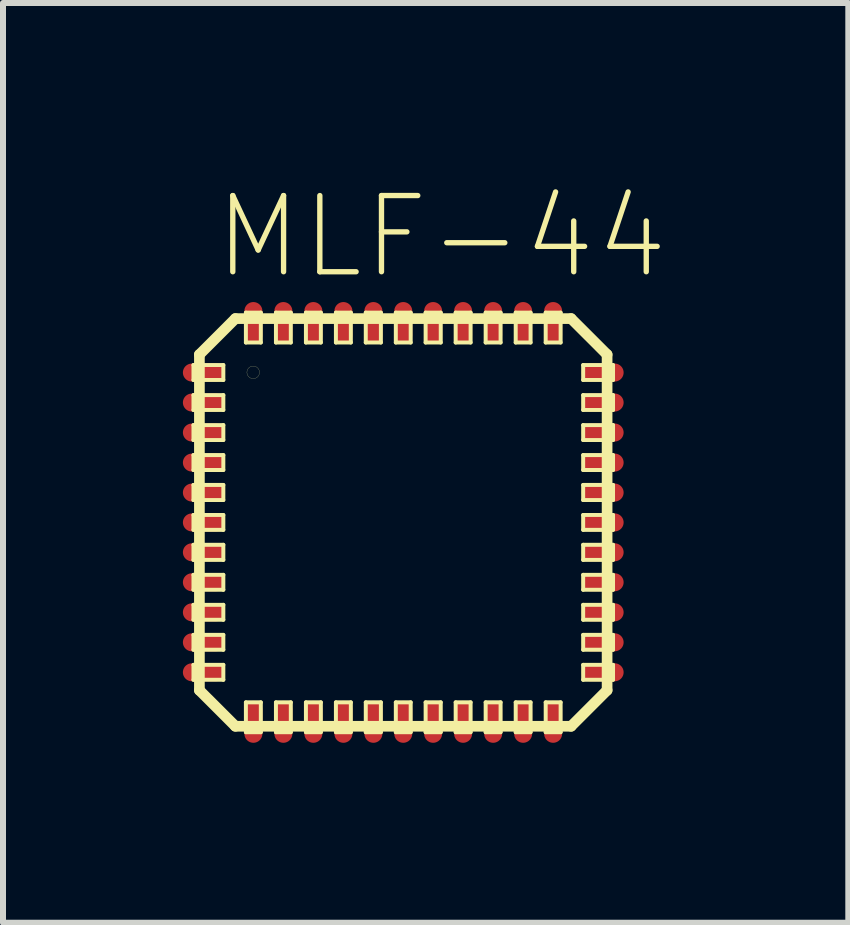
<source format=kicad_pcb>
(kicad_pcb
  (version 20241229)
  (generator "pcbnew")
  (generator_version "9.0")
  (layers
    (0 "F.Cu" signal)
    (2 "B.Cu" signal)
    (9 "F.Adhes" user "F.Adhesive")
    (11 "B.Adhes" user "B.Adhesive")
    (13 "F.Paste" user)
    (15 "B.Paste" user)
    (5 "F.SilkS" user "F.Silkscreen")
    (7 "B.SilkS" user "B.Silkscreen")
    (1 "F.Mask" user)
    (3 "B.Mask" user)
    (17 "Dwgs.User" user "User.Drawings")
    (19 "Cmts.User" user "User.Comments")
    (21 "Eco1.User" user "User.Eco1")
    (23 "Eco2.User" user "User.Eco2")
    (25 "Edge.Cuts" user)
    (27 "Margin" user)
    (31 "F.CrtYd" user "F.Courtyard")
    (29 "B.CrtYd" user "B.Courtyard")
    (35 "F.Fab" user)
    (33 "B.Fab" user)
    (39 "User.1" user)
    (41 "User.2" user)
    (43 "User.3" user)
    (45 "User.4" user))
  (footprint "MLF-44"
    (layer "F.Cu")
    (at 3.674 5.661)
    (property "Reference" "MLF-44" (at 0.635 -4.763 0) (layer "F.SilkS") (effects (font (size 1.27 1.27) (thickness 0.089))))
    (attr smd)
    (fp_line (start -3.498 -2.624) (end -3 -2.624) (stroke (width 0.066) (type solid)) (layer "F.SilkS"))
    (fp_line (start -3.498 -2.375) (end -3.498 -2.624) (stroke (width 0.066) (type solid)) (layer "F.SilkS"))
    (fp_line (start -3.498 -2.375) (end -3 -2.375) (stroke (width 0.066) (type solid)) (layer "F.SilkS"))
    (fp_line (start -3.498 -2.123) (end -3 -2.123) (stroke (width 0.066) (type solid)) (layer "F.SilkS"))
    (fp_line (start -3.498 -1.875) (end -3.498 -2.123) (stroke (width 0.066) (type solid)) (layer "F.SilkS"))
    (fp_line (start -3.498 -1.875) (end -3 -1.875) (stroke (width 0.066) (type solid)) (layer "F.SilkS"))
    (fp_line (start -3.498 -1.623) (end -3 -1.623) (stroke (width 0.066) (type solid)) (layer "F.SilkS"))
    (fp_line (start -3.498 -1.374) (end -3.498 -1.623) (stroke (width 0.066) (type solid)) (layer "F.SilkS"))
    (fp_line (start -3.498 -1.374) (end -3 -1.374) (stroke (width 0.066) (type solid)) (layer "F.SilkS"))
    (fp_line (start -3.498 -1.123) (end -3 -1.123) (stroke (width 0.066) (type solid)) (layer "F.SilkS"))
    (fp_line (start -3.498 -0.874) (end -3.498 -1.123) (stroke (width 0.066) (type solid)) (layer "F.SilkS"))
    (fp_line (start -3.498 -0.874) (end -3 -0.874) (stroke (width 0.066) (type solid)) (layer "F.SilkS"))
    (fp_line (start -3.498 -0.625) (end -3 -0.625) (stroke (width 0.066) (type solid)) (layer "F.SilkS"))
    (fp_line (start -3.498 -0.373) (end -3.498 -0.625) (stroke (width 0.066) (type solid)) (layer "F.SilkS"))
    (fp_line (start -3.498 -0.373) (end -3 -0.373) (stroke (width 0.066) (type solid)) (layer "F.SilkS"))
    (fp_line (start -3.498 -0.124) (end -3 -0.124) (stroke (width 0.066) (type solid)) (layer "F.SilkS"))
    (fp_line (start -3.498 0.124) (end -3.498 -0.124) (stroke (width 0.066) (type solid)) (layer "F.SilkS"))
    (fp_line (start -3.498 0.124) (end -3 0.124) (stroke (width 0.066) (type solid)) (layer "F.SilkS"))
    (fp_line (start -3.498 0.373) (end -3 0.373) (stroke (width 0.066) (type solid)) (layer "F.SilkS"))
    (fp_line (start -3.498 0.625) (end -3.498 0.373) (stroke (width 0.066) (type solid)) (layer "F.SilkS"))
    (fp_line (start -3.498 0.625) (end -3 0.625) (stroke (width 0.066) (type solid)) (layer "F.SilkS"))
    (fp_line (start -3.498 0.874) (end -3 0.874) (stroke (width 0.066) (type solid)) (layer "F.SilkS"))
    (fp_line (start -3.498 1.123) (end -3.498 0.874) (stroke (width 0.066) (type solid)) (layer "F.SilkS"))
    (fp_line (start -3.498 1.123) (end -3 1.123) (stroke (width 0.066) (type solid)) (layer "F.SilkS"))
    (fp_line (start -3.498 1.374) (end -3 1.374) (stroke (width 0.066) (type solid)) (layer "F.SilkS"))
    (fp_line (start -3.498 1.623) (end -3.498 1.374) (stroke (width 0.066) (type solid)) (layer "F.SilkS"))
    (fp_line (start -3.498 1.623) (end -3 1.623) (stroke (width 0.066) (type solid)) (layer "F.SilkS"))
    (fp_line (start -3.498 1.875) (end -3 1.875) (stroke (width 0.066) (type solid)) (layer "F.SilkS"))
    (fp_line (start -3.498 2.123) (end -3.498 1.875) (stroke (width 0.066) (type solid)) (layer "F.SilkS"))
    (fp_line (start -3.498 2.123) (end -3 2.123) (stroke (width 0.066) (type solid)) (layer "F.SilkS"))
    (fp_line (start -3.498 2.375) (end -3 2.375) (stroke (width 0.066) (type solid)) (layer "F.SilkS"))
    (fp_line (start -3.498 2.624) (end -3.498 2.375) (stroke (width 0.066) (type solid)) (layer "F.SilkS"))
    (fp_line (start -3.498 2.624) (end -3 2.624) (stroke (width 0.066) (type solid)) (layer "F.SilkS"))
    (fp_line (start -3.399 -2.799) (end -2.799 -3.399) (stroke (width 0.178) (type solid)) (layer "F.SilkS"))
    (fp_line (start -3.399 2.799) (end -3.399 -2.799) (stroke (width 0.178) (type solid)) (layer "F.SilkS"))
    (fp_line (start -3 -2.375) (end -3 -2.624) (stroke (width 0.066) (type solid)) (layer "F.SilkS"))
    (fp_line (start -3 -1.875) (end -3 -2.123) (stroke (width 0.066) (type solid)) (layer "F.SilkS"))
    (fp_line (start -3 -1.374) (end -3 -1.623) (stroke (width 0.066) (type solid)) (layer "F.SilkS"))
    (fp_line (start -3 -0.874) (end -3 -1.123) (stroke (width 0.066) (type solid)) (layer "F.SilkS"))
    (fp_line (start -3 -0.373) (end -3 -0.625) (stroke (width 0.066) (type solid)) (layer "F.SilkS"))
    (fp_line (start -3 0.124) (end -3 -0.124) (stroke (width 0.066) (type solid)) (layer "F.SilkS"))
    (fp_line (start -3 0.625) (end -3 0.373) (stroke (width 0.066) (type solid)) (layer "F.SilkS"))
    (fp_line (start -3 1.123) (end -3 0.874) (stroke (width 0.066) (type solid)) (layer "F.SilkS"))
    (fp_line (start -3 1.623) (end -3 1.374) (stroke (width 0.066) (type solid)) (layer "F.SilkS"))
    (fp_line (start -3 2.123) (end -3 1.875) (stroke (width 0.066) (type solid)) (layer "F.SilkS"))
    (fp_line (start -3 2.624) (end -3 2.375) (stroke (width 0.066) (type solid)) (layer "F.SilkS"))
    (fp_line (start -2.799 -3.399) (end 2.799 -3.399) (stroke (width 0.178) (type solid)) (layer "F.SilkS"))
    (fp_line (start -2.799 3.399) (end -3.399 2.799) (stroke (width 0.178) (type solid)) (layer "F.SilkS"))
    (fp_line (start -2.624 -3.498) (end -2.375 -3.498) (stroke (width 0.066) (type solid)) (layer "F.SilkS"))
    (fp_line (start -2.624 -3) (end -2.624 -3.498) (stroke (width 0.066) (type solid)) (layer "F.SilkS"))
    (fp_line (start -2.624 -3) (end -2.375 -3) (stroke (width 0.066) (type solid)) (layer "F.SilkS"))
    (fp_line (start -2.624 3) (end -2.375 3) (stroke (width 0.066) (type solid)) (layer "F.SilkS"))
    (fp_line (start -2.624 3.498) (end -2.624 3) (stroke (width 0.066) (type solid)) (layer "F.SilkS"))
    (fp_line (start -2.624 3.498) (end -2.375 3.498) (stroke (width 0.066) (type solid)) (layer "F.SilkS"))
    (fp_line (start -2.375 -3) (end -2.375 -3.498) (stroke (width 0.066) (type solid)) (layer "F.SilkS"))
    (fp_line (start -2.375 3.498) (end -2.375 3) (stroke (width 0.066) (type solid)) (layer "F.SilkS"))
    (fp_line (start -2.123 -3.498) (end -1.875 -3.498) (stroke (width 0.066) (type solid)) (layer "F.SilkS"))
    (fp_line (start -2.123 -3) (end -2.123 -3.498) (stroke (width 0.066) (type solid)) (layer "F.SilkS"))
    (fp_line (start -2.123 -3) (end -1.875 -3) (stroke (width 0.066) (type solid)) (layer "F.SilkS"))
    (fp_line (start -2.123 3) (end -1.875 3) (stroke (width 0.066) (type solid)) (layer "F.SilkS"))
    (fp_line (start -2.123 3.498) (end -2.123 3) (stroke (width 0.066) (type solid)) (layer "F.SilkS"))
    (fp_line (start -2.123 3.498) (end -1.875 3.498) (stroke (width 0.066) (type solid)) (layer "F.SilkS"))
    (fp_line (start -1.875 -3) (end -1.875 -3.498) (stroke (width 0.066) (type solid)) (layer "F.SilkS"))
    (fp_line (start -1.875 3.498) (end -1.875 3) (stroke (width 0.066) (type solid)) (layer "F.SilkS"))
    (fp_line (start -1.623 -3.498) (end -1.374 -3.498) (stroke (width 0.066) (type solid)) (layer "F.SilkS"))
    (fp_line (start -1.623 -3) (end -1.623 -3.498) (stroke (width 0.066) (type solid)) (layer "F.SilkS"))
    (fp_line (start -1.623 -3) (end -1.374 -3) (stroke (width 0.066) (type solid)) (layer "F.SilkS"))
    (fp_line (start -1.623 3) (end -1.374 3) (stroke (width 0.066) (type solid)) (layer "F.SilkS"))
    (fp_line (start -1.623 3.498) (end -1.623 3) (stroke (width 0.066) (type solid)) (layer "F.SilkS"))
    (fp_line (start -1.623 3.498) (end -1.374 3.498) (stroke (width 0.066) (type solid)) (layer "F.SilkS"))
    (fp_line (start -1.374 -3) (end -1.374 -3.498) (stroke (width 0.066) (type solid)) (layer "F.SilkS"))
    (fp_line (start -1.374 3.498) (end -1.374 3) (stroke (width 0.066) (type solid)) (layer "F.SilkS"))
    (fp_line (start -1.123 -3.498) (end -0.874 -3.498) (stroke (width 0.066) (type solid)) (layer "F.SilkS"))
    (fp_line (start -1.123 -3) (end -1.123 -3.498) (stroke (width 0.066) (type solid)) (layer "F.SilkS"))
    (fp_line (start -1.123 -3) (end -0.874 -3) (stroke (width 0.066) (type solid)) (layer "F.SilkS"))
    (fp_line (start -1.123 3) (end -0.874 3) (stroke (width 0.066) (type solid)) (layer "F.SilkS"))
    (fp_line (start -1.123 3.498) (end -1.123 3) (stroke (width 0.066) (type solid)) (layer "F.SilkS"))
    (fp_line (start -1.123 3.498) (end -0.874 3.498) (stroke (width 0.066) (type solid)) (layer "F.SilkS"))
    (fp_line (start -0.874 -3) (end -0.874 -3.498) (stroke (width 0.066) (type solid)) (layer "F.SilkS"))
    (fp_line (start -0.874 3.498) (end -0.874 3) (stroke (width 0.066) (type solid)) (layer "F.SilkS"))
    (fp_line (start -0.625 -3.498) (end -0.373 -3.498) (stroke (width 0.066) (type solid)) (layer "F.SilkS"))
    (fp_line (start -0.625 -3) (end -0.625 -3.498) (stroke (width 0.066) (type solid)) (layer "F.SilkS"))
    (fp_line (start -0.625 -3) (end -0.373 -3) (stroke (width 0.066) (type solid)) (layer "F.SilkS"))
    (fp_line (start -0.625 3) (end -0.373 3) (stroke (width 0.066) (type solid)) (layer "F.SilkS"))
    (fp_line (start -0.625 3.498) (end -0.625 3) (stroke (width 0.066) (type solid)) (layer "F.SilkS"))
    (fp_line (start -0.625 3.498) (end -0.373 3.498) (stroke (width 0.066) (type solid)) (layer "F.SilkS"))
    (fp_line (start -0.373 -3) (end -0.373 -3.498) (stroke (width 0.066) (type solid)) (layer "F.SilkS"))
    (fp_line (start -0.373 3.498) (end -0.373 3) (stroke (width 0.066) (type solid)) (layer "F.SilkS"))
    (fp_line (start -0.124 -3.498) (end 0.124 -3.498) (stroke (width 0.066) (type solid)) (layer "F.SilkS"))
    (fp_line (start -0.124 -3) (end -0.124 -3.498) (stroke (width 0.066) (type solid)) (layer "F.SilkS"))
    (fp_line (start -0.124 -3) (end 0.124 -3) (stroke (width 0.066) (type solid)) (layer "F.SilkS"))
    (fp_line (start -0.124 3) (end 0.124 3) (stroke (width 0.066) (type solid)) (layer "F.SilkS"))
    (fp_line (start -0.124 3.498) (end -0.124 3) (stroke (width 0.066) (type solid)) (layer "F.SilkS"))
    (fp_line (start -0.124 3.498) (end 0.124 3.498) (stroke (width 0.066) (type solid)) (layer "F.SilkS"))
    (fp_line (start 0.124 -3) (end 0.124 -3.498) (stroke (width 0.066) (type solid)) (layer "F.SilkS"))
    (fp_line (start 0.124 3.498) (end 0.124 3) (stroke (width 0.066) (type solid)) (layer "F.SilkS"))
    (fp_line (start 0.373 -3.498) (end 0.625 -3.498) (stroke (width 0.066) (type solid)) (layer "F.SilkS"))
    (fp_line (start 0.373 -3) (end 0.373 -3.498) (stroke (width 0.066) (type solid)) (layer "F.SilkS"))
    (fp_line (start 0.373 -3) (end 0.625 -3) (stroke (width 0.066) (type solid)) (layer "F.SilkS"))
    (fp_line (start 0.373 3) (end 0.625 3) (stroke (width 0.066) (type solid)) (layer "F.SilkS"))
    (fp_line (start 0.373 3.498) (end 0.373 3) (stroke (width 0.066) (type solid)) (layer "F.SilkS"))
    (fp_line (start 0.373 3.498) (end 0.625 3.498) (stroke (width 0.066) (type solid)) (layer "F.SilkS"))
    (fp_line (start 0.625 -3) (end 0.625 -3.498) (stroke (width 0.066) (type solid)) (layer "F.SilkS"))
    (fp_line (start 0.625 3.498) (end 0.625 3) (stroke (width 0.066) (type solid)) (layer "F.SilkS"))
    (fp_line (start 0.874 -3.498) (end 1.123 -3.498) (stroke (width 0.066) (type solid)) (layer "F.SilkS"))
    (fp_line (start 0.874 -3) (end 0.874 -3.498) (stroke (width 0.066) (type solid)) (layer "F.SilkS"))
    (fp_line (start 0.874 -3) (end 1.123 -3) (stroke (width 0.066) (type solid)) (layer "F.SilkS"))
    (fp_line (start 0.874 3) (end 1.123 3) (stroke (width 0.066) (type solid)) (layer "F.SilkS"))
    (fp_line (start 0.874 3.498) (end 0.874 3) (stroke (width 0.066) (type solid)) (layer "F.SilkS"))
    (fp_line (start 0.874 3.498) (end 1.123 3.498) (stroke (width 0.066) (type solid)) (layer "F.SilkS"))
    (fp_line (start 1.123 -3) (end 1.123 -3.498) (stroke (width 0.066) (type solid)) (layer "F.SilkS"))
    (fp_line (start 1.123 3.498) (end 1.123 3) (stroke (width 0.066) (type solid)) (layer "F.SilkS"))
    (fp_line (start 1.374 -3.498) (end 1.623 -3.498) (stroke (width 0.066) (type solid)) (layer "F.SilkS"))
    (fp_line (start 1.374 -3) (end 1.374 -3.498) (stroke (width 0.066) (type solid)) (layer "F.SilkS"))
    (fp_line (start 1.374 -3) (end 1.623 -3) (stroke (width 0.066) (type solid)) (layer "F.SilkS"))
    (fp_line (start 1.374 3) (end 1.623 3) (stroke (width 0.066) (type solid)) (layer "F.SilkS"))
    (fp_line (start 1.374 3.498) (end 1.374 3) (stroke (width 0.066) (type solid)) (layer "F.SilkS"))
    (fp_line (start 1.374 3.498) (end 1.623 3.498) (stroke (width 0.066) (type solid)) (layer "F.SilkS"))
    (fp_line (start 1.623 -3) (end 1.623 -3.498) (stroke (width 0.066) (type solid)) (layer "F.SilkS"))
    (fp_line (start 1.623 3.498) (end 1.623 3) (stroke (width 0.066) (type solid)) (layer "F.SilkS"))
    (fp_line (start 1.875 -3.498) (end 2.123 -3.498) (stroke (width 0.066) (type solid)) (layer "F.SilkS"))
    (fp_line (start 1.875 -3) (end 1.875 -3.498) (stroke (width 0.066) (type solid)) (layer "F.SilkS"))
    (fp_line (start 1.875 -3) (end 2.123 -3) (stroke (width 0.066) (type solid)) (layer "F.SilkS"))
    (fp_line (start 1.875 3) (end 2.123 3) (stroke (width 0.066) (type solid)) (layer "F.SilkS"))
    (fp_line (start 1.875 3.498) (end 1.875 3) (stroke (width 0.066) (type solid)) (layer "F.SilkS"))
    (fp_line (start 1.875 3.498) (end 2.123 3.498) (stroke (width 0.066) (type solid)) (layer "F.SilkS"))
    (fp_line (start 2.123 -3) (end 2.123 -3.498) (stroke (width 0.066) (type solid)) (layer "F.SilkS"))
    (fp_line (start 2.123 3.498) (end 2.123 3) (stroke (width 0.066) (type solid)) (layer "F.SilkS"))
    (fp_line (start 2.375 -3.498) (end 2.624 -3.498) (stroke (width 0.066) (type solid)) (layer "F.SilkS"))
    (fp_line (start 2.375 -3) (end 2.375 -3.498) (stroke (width 0.066) (type solid)) (layer "F.SilkS"))
    (fp_line (start 2.375 -3) (end 2.624 -3) (stroke (width 0.066) (type solid)) (layer "F.SilkS"))
    (fp_line (start 2.375 3) (end 2.624 3) (stroke (width 0.066) (type solid)) (layer "F.SilkS"))
    (fp_line (start 2.375 3.498) (end 2.375 3) (stroke (width 0.066) (type solid)) (layer "F.SilkS"))
    (fp_line (start 2.375 3.498) (end 2.624 3.498) (stroke (width 0.066) (type solid)) (layer "F.SilkS"))
    (fp_line (start 2.624 -3) (end 2.624 -3.498) (stroke (width 0.066) (type solid)) (layer "F.SilkS"))
    (fp_line (start 2.624 3.498) (end 2.624 3) (stroke (width 0.066) (type solid)) (layer "F.SilkS"))
    (fp_line (start 2.799 -3.399) (end 3.399 -2.799) (stroke (width 0.178) (type solid)) (layer "F.SilkS"))
    (fp_line (start 2.799 3.399) (end -2.799 3.399) (stroke (width 0.178) (type solid)) (layer "F.SilkS"))
    (fp_line (start 3 -2.624) (end 3.498 -2.624) (stroke (width 0.066) (type solid)) (layer "F.SilkS"))
    (fp_line (start 3 -2.375) (end 3 -2.624) (stroke (width 0.066) (type solid)) (layer "F.SilkS"))
    (fp_line (start 3 -2.375) (end 3.498 -2.375) (stroke (width 0.066) (type solid)) (layer "F.SilkS"))
    (fp_line (start 3 -2.123) (end 3.498 -2.123) (stroke (width 0.066) (type solid)) (layer "F.SilkS"))
    (fp_line (start 3 -1.875) (end 3 -2.123) (stroke (width 0.066) (type solid)) (layer "F.SilkS"))
    (fp_line (start 3 -1.875) (end 3.498 -1.875) (stroke (width 0.066) (type solid)) (layer "F.SilkS"))
    (fp_line (start 3 -1.623) (end 3.498 -1.623) (stroke (width 0.066) (type solid)) (layer "F.SilkS"))
    (fp_line (start 3 -1.374) (end 3 -1.623) (stroke (width 0.066) (type solid)) (layer "F.SilkS"))
    (fp_line (start 3 -1.374) (end 3.498 -1.374) (stroke (width 0.066) (type solid)) (layer "F.SilkS"))
    (fp_line (start 3 -1.123) (end 3.498 -1.123) (stroke (width 0.066) (type solid)) (layer "F.SilkS"))
    (fp_line (start 3 -0.874) (end 3 -1.123) (stroke (width 0.066) (type solid)) (layer "F.SilkS"))
    (fp_line (start 3 -0.874) (end 3.498 -0.874) (stroke (width 0.066) (type solid)) (layer "F.SilkS"))
    (fp_line (start 3 -0.625) (end 3.498 -0.625) (stroke (width 0.066) (type solid)) (layer "F.SilkS"))
    (fp_line (start 3 -0.373) (end 3 -0.625) (stroke (width 0.066) (type solid)) (layer "F.SilkS"))
    (fp_line (start 3 -0.373) (end 3.498 -0.373) (stroke (width 0.066) (type solid)) (layer "F.SilkS"))
    (fp_line (start 3 -0.124) (end 3.498 -0.124) (stroke (width 0.066) (type solid)) (layer "F.SilkS"))
    (fp_line (start 3 0.124) (end 3 -0.124) (stroke (width 0.066) (type solid)) (layer "F.SilkS"))
    (fp_line (start 3 0.124) (end 3.498 0.124) (stroke (width 0.066) (type solid)) (layer "F.SilkS"))
    (fp_line (start 3 0.373) (end 3.498 0.373) (stroke (width 0.066) (type solid)) (layer "F.SilkS"))
    (fp_line (start 3 0.625) (end 3 0.373) (stroke (width 0.066) (type solid)) (layer "F.SilkS"))
    (fp_line (start 3 0.625) (end 3.498 0.625) (stroke (width 0.066) (type solid)) (layer "F.SilkS"))
    (fp_line (start 3 0.874) (end 3.498 0.874) (stroke (width 0.066) (type solid)) (layer "F.SilkS"))
    (fp_line (start 3 1.123) (end 3 0.874) (stroke (width 0.066) (type solid)) (layer "F.SilkS"))
    (fp_line (start 3 1.123) (end 3.498 1.123) (stroke (width 0.066) (type solid)) (layer "F.SilkS"))
    (fp_line (start 3 1.374) (end 3.498 1.374) (stroke (width 0.066) (type solid)) (layer "F.SilkS"))
    (fp_line (start 3 1.623) (end 3 1.374) (stroke (width 0.066) (type solid)) (layer "F.SilkS"))
    (fp_line (start 3 1.623) (end 3.498 1.623) (stroke (width 0.066) (type solid)) (layer "F.SilkS"))
    (fp_line (start 3 1.875) (end 3.498 1.875) (stroke (width 0.066) (type solid)) (layer "F.SilkS"))
    (fp_line (start 3 2.123) (end 3 1.875) (stroke (width 0.066) (type solid)) (layer "F.SilkS"))
    (fp_line (start 3 2.123) (end 3.498 2.123) (stroke (width 0.066) (type solid)) (layer "F.SilkS"))
    (fp_line (start 3 2.375) (end 3.498 2.375) (stroke (width 0.066) (type solid)) (layer "F.SilkS"))
    (fp_line (start 3 2.624) (end 3 2.375) (stroke (width 0.066) (type solid)) (layer "F.SilkS"))
    (fp_line (start 3 2.624) (end 3.498 2.624) (stroke (width 0.066) (type solid)) (layer "F.SilkS"))
    (fp_line (start 3.399 -2.799) (end 3.399 2.799) (stroke (width 0.178) (type solid)) (layer "F.SilkS"))
    (fp_line (start 3.399 2.799) (end 2.799 3.399) (stroke (width 0.178) (type solid)) (layer "F.SilkS"))
    (fp_line (start 3.498 -2.375) (end 3.498 -2.624) (stroke (width 0.066) (type solid)) (layer "F.SilkS"))
    (fp_line (start 3.498 -1.875) (end 3.498 -2.123) (stroke (width 0.066) (type solid)) (layer "F.SilkS"))
    (fp_line (start 3.498 -1.374) (end 3.498 -1.623) (stroke (width 0.066) (type solid)) (layer "F.SilkS"))
    (fp_line (start 3.498 -0.874) (end 3.498 -1.123) (stroke (width 0.066) (type solid)) (layer "F.SilkS"))
    (fp_line (start 3.498 -0.373) (end 3.498 -0.625) (stroke (width 0.066) (type solid)) (layer "F.SilkS"))
    (fp_line (start 3.498 0.124) (end 3.498 -0.124) (stroke (width 0.066) (type solid)) (layer "F.SilkS"))
    (fp_line (start 3.498 0.625) (end 3.498 0.373) (stroke (width 0.066) (type solid)) (layer "F.SilkS"))
    (fp_line (start 3.498 1.123) (end 3.498 0.874) (stroke (width 0.066) (type solid)) (layer "F.SilkS"))
    (fp_line (start 3.498 1.623) (end 3.498 1.374) (stroke (width 0.066) (type solid)) (layer "F.SilkS"))
    (fp_line (start 3.498 2.123) (end 3.498 1.875) (stroke (width 0.066) (type solid)) (layer "F.SilkS"))
    (fp_line (start 3.498 2.624) (end 3.498 2.375) (stroke (width 0.066) (type solid)) (layer "F.SilkS"))
    (fp_circle (center -2.502 -2.502) (end -2.576 -2.576) (stroke (width 0.003) (type solid)) (fill no) (layer "F.SilkS"))
    (pad "1" smd oval (at -3.325 -2.499) (size 0.699 0.3) (layers "F.Cu" "F.Mask" "F.Paste"))
    (pad "2" smd oval (at -3.325 -1.999) (size 0.699 0.3) (layers "F.Cu" "F.Mask" "F.Paste"))
    (pad "3" smd oval (at -3.325 -1.499) (size 0.699 0.3) (layers "F.Cu" "F.Mask" "F.Paste"))
    (pad "4" smd oval (at -3.325 -0.998) (size 0.699 0.3) (layers "F.Cu" "F.Mask" "F.Paste"))
    (pad "5" smd oval (at -3.325 -0.498) (size 0.699 0.3) (layers "F.Cu" "F.Mask" "F.Paste"))
    (pad "6" smd oval (at -3.325 0) (size 0.699 0.3) (layers "F.Cu" "F.Mask" "F.Paste"))
    (pad "7" smd oval (at -3.325 0.498) (size 0.699 0.3) (layers "F.Cu" "F.Mask" "F.Paste"))
    (pad "8" smd oval (at -3.325 0.998) (size 0.699 0.3) (layers "F.Cu" "F.Mask" "F.Paste"))
    (pad "9" smd oval (at -3.325 1.499) (size 0.699 0.3) (layers "F.Cu" "F.Mask" "F.Paste"))
    (pad "10" smd oval (at -3.325 1.999) (size 0.699 0.3) (layers "F.Cu" "F.Mask" "F.Paste"))
    (pad "11" smd oval (at -3.325 2.499) (size 0.699 0.3) (layers "F.Cu" "F.Mask" "F.Paste"))
    (pad "12" smd oval (at -2.499 3.325) (size 0.3 0.699) (layers "F.Cu" "F.Mask" "F.Paste"))
    (pad "13" smd oval (at -1.999 3.325) (size 0.3 0.699) (layers "F.Cu" "F.Mask" "F.Paste"))
    (pad "14" smd oval (at -1.499 3.325) (size 0.3 0.699) (layers "F.Cu" "F.Mask" "F.Paste"))
    (pad "15" smd oval (at -0.998 3.325) (size 0.3 0.699) (layers "F.Cu" "F.Mask" "F.Paste"))
    (pad "16" smd oval (at -0.498 3.325) (size 0.3 0.699) (layers "F.Cu" "F.Mask" "F.Paste"))
    (pad "17" smd oval (at 0 3.325) (size 0.3 0.699) (layers "F.Cu" "F.Mask" "F.Paste"))
    (pad "18" smd oval (at 0.498 3.325) (size 0.3 0.699) (layers "F.Cu" "F.Mask" "F.Paste"))
    (pad "19" smd oval (at 0.998 3.325) (size 0.3 0.699) (layers "F.Cu" "F.Mask" "F.Paste"))
    (pad "20" smd oval (at 1.499 3.325) (size 0.3 0.699) (layers "F.Cu" "F.Mask" "F.Paste"))
    (pad "21" smd oval (at 1.999 3.325) (size 0.3 0.699) (layers "F.Cu" "F.Mask" "F.Paste"))
    (pad "22" smd oval (at 2.499 3.325) (size 0.3 0.699) (layers "F.Cu" "F.Mask" "F.Paste"))
    (pad "23" smd oval (at 3.325 2.499) (size 0.699 0.3) (layers "F.Cu" "F.Mask" "F.Paste"))
    (pad "24" smd oval (at 3.325 1.999) (size 0.699 0.3) (layers "F.Cu" "F.Mask" "F.Paste"))
    (pad "25" smd oval (at 3.325 1.499) (size 0.699 0.3) (layers "F.Cu" "F.Mask" "F.Paste"))
    (pad "26" smd oval (at 3.325 0.998) (size 0.699 0.3) (layers "F.Cu" "F.Mask" "F.Paste"))
    (pad "27" smd oval (at 3.325 0.498) (size 0.699 0.3) (layers "F.Cu" "F.Mask" "F.Paste"))
    (pad "28" smd oval (at 3.325 0) (size 0.699 0.3) (layers "F.Cu" "F.Mask" "F.Paste"))
    (pad "29" smd oval (at 3.325 -0.498) (size 0.699 0.3) (layers "F.Cu" "F.Mask" "F.Paste"))
    (pad "30" smd oval (at 3.325 -0.998) (size 0.699 0.3) (layers "F.Cu" "F.Mask" "F.Paste"))
    (pad "31" smd oval (at 3.325 -1.499) (size 0.699 0.3) (layers "F.Cu" "F.Mask" "F.Paste"))
    (pad "32" smd oval (at 3.325 -1.999) (size 0.699 0.3) (layers "F.Cu" "F.Mask" "F.Paste"))
    (pad "33" smd oval (at 3.325 -2.499) (size 0.699 0.3) (layers "F.Cu" "F.Mask" "F.Paste"))
    (pad "34" smd oval (at 2.499 -3.325) (size 0.3 0.699) (layers "F.Cu" "F.Mask" "F.Paste"))
    (pad "35" smd oval (at 1.999 -3.325) (size 0.3 0.699) (layers "F.Cu" "F.Mask" "F.Paste"))
    (pad "36" smd oval (at 1.499 -3.325) (size 0.3 0.699) (layers "F.Cu" "F.Mask" "F.Paste"))
    (pad "37" smd oval (at 0.998 -3.325) (size 0.3 0.699) (layers "F.Cu" "F.Mask" "F.Paste"))
    (pad "38" smd oval (at 0.498 -3.325) (size 0.3 0.699) (layers "F.Cu" "F.Mask" "F.Paste"))
    (pad "39" smd oval (at 0 -3.325) (size 0.3 0.699) (layers "F.Cu" "F.Mask" "F.Paste"))
    (pad "40" smd oval (at -0.498 -3.325) (size 0.3 0.699) (layers "F.Cu" "F.Mask" "F.Paste"))
    (pad "41" smd oval (at -0.998 -3.325) (size 0.3 0.699) (layers "F.Cu" "F.Mask" "F.Paste"))
    (pad "42" smd oval (at -1.499 -3.325) (size 0.3 0.699) (layers "F.Cu" "F.Mask" "F.Paste"))
    (pad "43" smd oval (at -1.999 -3.325) (size 0.3 0.699) (layers "F.Cu" "F.Mask" "F.Paste"))
    (pad "44" smd oval (at -2.499 -3.325) (size 0.3 0.699) (layers "F.Cu" "F.Mask" "F.Paste")))
  (gr_rect
    (start -3 -3)
    (end 11.095 12.336)
    (stroke (width 0.1) (type default))
    (fill no)
    (layer "Edge.Cuts")))
</source>
